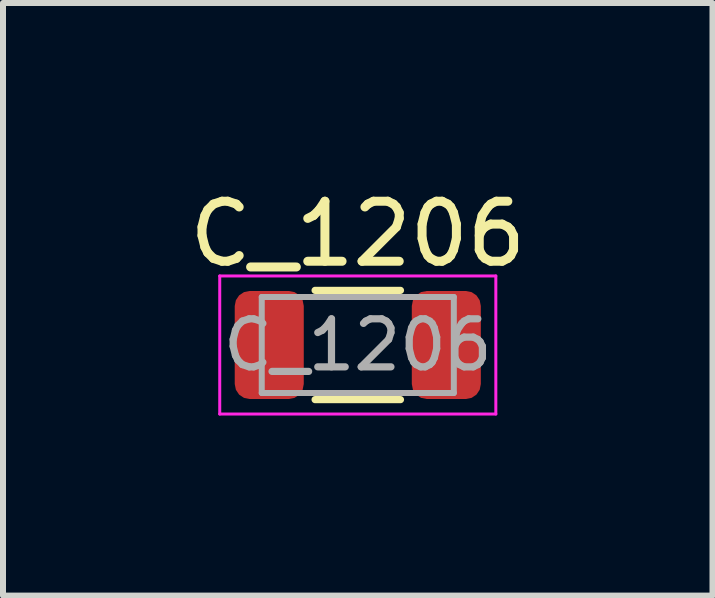
<source format=kicad_pcb>
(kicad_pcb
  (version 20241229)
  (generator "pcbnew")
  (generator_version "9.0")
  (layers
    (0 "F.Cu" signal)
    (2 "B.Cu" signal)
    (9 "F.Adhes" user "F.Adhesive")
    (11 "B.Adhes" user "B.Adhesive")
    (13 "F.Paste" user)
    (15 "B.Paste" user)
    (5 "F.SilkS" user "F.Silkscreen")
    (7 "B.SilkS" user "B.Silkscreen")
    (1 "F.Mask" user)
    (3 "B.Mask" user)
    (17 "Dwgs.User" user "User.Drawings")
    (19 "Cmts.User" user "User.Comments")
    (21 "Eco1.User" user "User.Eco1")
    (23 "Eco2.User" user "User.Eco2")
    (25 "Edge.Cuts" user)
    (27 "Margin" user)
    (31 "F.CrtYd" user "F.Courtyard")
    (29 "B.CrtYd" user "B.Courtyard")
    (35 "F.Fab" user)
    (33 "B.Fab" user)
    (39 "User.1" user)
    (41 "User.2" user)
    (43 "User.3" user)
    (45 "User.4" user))
  (footprint "C_1206"
    (layer "F.Cu")
    (at 2.911 2.698)
    (property "Reference" "C_1206" (at 0 -1.85 0) (layer "F.SilkS") (effects (font (size 1 1) (thickness 0.15))))
    (attr smd)
    (fp_line (start -0.711 -0.91) (end 0.711 -0.91) (stroke (width 0.12) (type solid)) (layer "F.SilkS"))
    (fp_line (start -0.711 0.91) (end 0.711 0.91) (stroke (width 0.12) (type solid)) (layer "F.SilkS"))
    (fp_line (start -2.3 -1.15) (end 2.3 -1.15) (stroke (width 0.05) (type solid)) (layer "F.CrtYd"))
    (fp_line (start -2.3 1.15) (end -2.3 -1.15) (stroke (width 0.05) (type solid)) (layer "F.CrtYd"))
    (fp_line (start 2.3 -1.15) (end 2.3 1.15) (stroke (width 0.05) (type solid)) (layer "F.CrtYd"))
    (fp_line (start 2.3 1.15) (end -2.3 1.15) (stroke (width 0.05) (type solid)) (layer "F.CrtYd"))
    (fp_line (start -1.6 -0.8) (end 1.6 -0.8) (stroke (width 0.1) (type solid)) (layer "F.Fab"))
    (fp_line (start -1.6 0.8) (end -1.6 -0.8) (stroke (width 0.1) (type solid)) (layer "F.Fab"))
    (fp_line (start 1.6 -0.8) (end 1.6 0.8) (stroke (width 0.1) (type solid)) (layer "F.Fab"))
    (fp_line (start 1.6 0.8) (end -1.6 0.8) (stroke (width 0.1) (type solid)) (layer "F.Fab"))
    (fp_text user "${REFERENCE}" (at 0 0 0) (layer "F.Fab") (effects (font (size 0.8 0.8) (thickness 0.12))))
    (pad "1" smd roundrect (at -1.475 0) (size 1.15 1.8) (layers "F.Cu" "F.Mask" "F.Paste") (roundrect_rratio 0.217))
    (pad "2" smd roundrect (at 1.475 0) (size 1.15 1.8) (layers "F.Cu" "F.Mask" "F.Paste") (roundrect_rratio 0.217)))
  (gr_rect
    (start -3 -3)
    (end 8.821 6.873)
    (stroke (width 0.1) (type default))
    (fill no)
    (layer "Edge.Cuts")))
</source>
